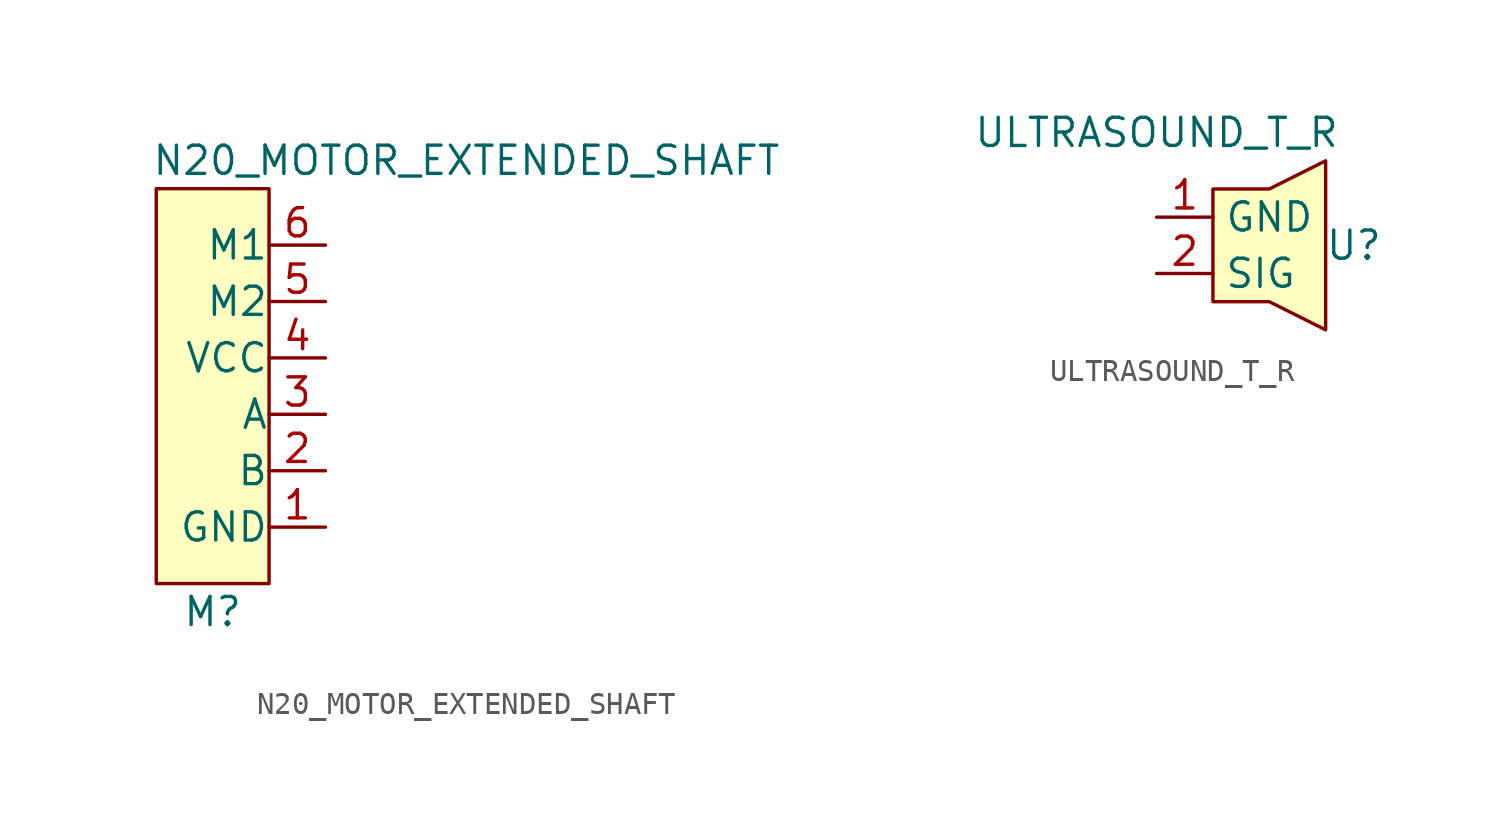
<source format=kicad_sym>
(kicad_symbol_lib
  (version 20220914)
  (generator kicad_symbol_editor)
  (symbol "N20_MOTOR_EXTENDED_SHAFT"
    (pin_names
      (offset 0.002))
    (property "Reference" "M"
      (at 2.54 -19.05 0)
      (effects (font (size 1.27 1.27))))
    (property "Value" "N20_MOTOR_EXTENDED_SHAFT"
      (at 13.97 1.27 0)
      (effects (font (size 1.27 1.27))))
    (symbol "N20_MOTOR_EXTENDED_SHAFT_0_1"
      (rectangle (start 0 0) (end 5.08 -17.78) (stroke (width 0) (type default)) (fill (type background))))
    (symbol "N20_MOTOR_EXTENDED_SHAFT_1_1"
      (pin power_in line (at 7.62 -15.24 180) (length 2.54) (name "GND" (effects (font (size 1.27 1.27)))) (number "1" (effects (font (size 1.27 1.27)))))
      (pin output line (at 7.62 -12.7 180) (length 2.54) (name "B" (effects (font (size 1.27 1.27)))) (number "2" (effects (font (size 1.27 1.27)))))
      (pin output line (at 7.62 -10.16 180) (length 2.54) (name "A" (effects (font (size 1.27 1.27)))) (number "3" (effects (font (size 1.27 1.27)))))
      (pin power_in line (at 7.62 -7.62 180) (length 2.54) (name "VCC" (effects (font (size 1.27 1.27)))) (number "4" (effects (font (size 1.27 1.27)))))
      (pin input line (at 7.62 -5.08 180) (length 2.54) (name "M2" (effects (font (size 1.27 1.27)))) (number "5" (effects (font (size 1.27 1.27)))))
      (pin input line (at 7.62 -2.54 180) (length 2.54) (name "M1" (effects (font (size 1.27 1.27)))) (number "6" (effects (font (size 1.27 1.27)))))))
  (symbol "ULTRASOUND_T_R"
    (property "Reference" "U"
      (at 8.89 -3.81 0)
      (effects (font (size 1.27 1.27))))
    (property "Value" "ULTRASOUND_T_R"
      (at 0 1.27 0)
      (effects (font (size 1.27 1.27))))
    (symbol "ULTRASOUND_T_R_1_1"
      (polyline (pts (xy 2.54 -1.27) (xy 2.54 -6.35) (xy 5.08 -6.35) (xy 7.62 -7.62) (xy 7.62 0) (xy 5.08 -1.27) (xy 2.54 -1.27)) (stroke (width 0) (type default)) (fill (type background)))
      (pin power_in line (at 0 -2.54 0) (length 2.54) (name "GND" (effects (font (size 1.27 1.27)))) (number "1" (effects (font (size 1.27 1.27)))))
      (pin input line (at 0 -5.08 0) (length 2.54) (name "SIG" (effects (font (size 1.27 1.27)))) (number "2" (effects (font (size 1.27 1.27))))))))
</source>
